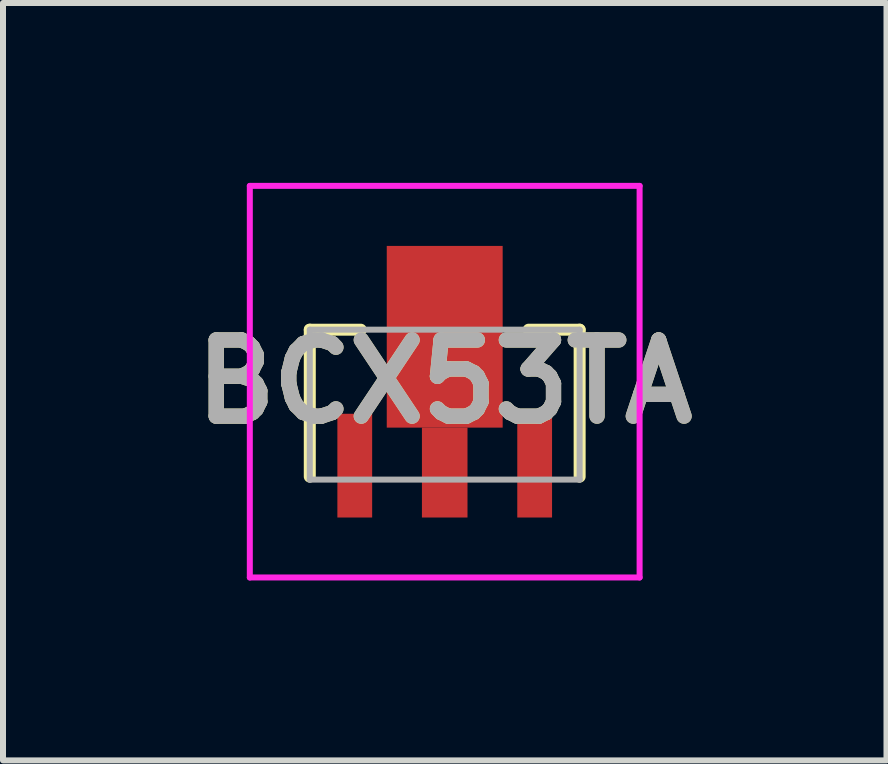
<source format=kicad_pcb>
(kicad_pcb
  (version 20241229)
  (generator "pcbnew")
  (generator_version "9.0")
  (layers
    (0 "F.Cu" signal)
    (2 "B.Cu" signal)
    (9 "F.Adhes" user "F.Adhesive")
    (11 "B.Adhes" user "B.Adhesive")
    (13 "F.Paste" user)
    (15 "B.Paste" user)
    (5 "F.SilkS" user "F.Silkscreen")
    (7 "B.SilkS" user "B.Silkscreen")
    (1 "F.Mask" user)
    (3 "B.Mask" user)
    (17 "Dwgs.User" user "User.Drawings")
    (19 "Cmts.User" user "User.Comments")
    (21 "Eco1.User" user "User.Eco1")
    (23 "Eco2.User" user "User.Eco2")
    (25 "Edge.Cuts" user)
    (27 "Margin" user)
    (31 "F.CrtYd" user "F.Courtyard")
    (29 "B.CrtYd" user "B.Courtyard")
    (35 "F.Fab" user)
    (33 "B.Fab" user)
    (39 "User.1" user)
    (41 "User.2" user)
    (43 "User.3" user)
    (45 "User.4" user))
  (footprint "BCX53TA"
    (layer "F.Cu")
    (at 4.366 3.698)
    (property "Reference" "BCX53TA" (at 0 -0.383 0) (layer "F.SilkS") (effects (font (size 1.27 1.27) (thickness 0.254))))
    (attr smd)
    (fp_line (start -2.25 -1.25) (end -2.25 1.2) (stroke (width 0.2) (type solid)) (layer "F.SilkS"))
    (fp_line (start -1.4 -1.25) (end -2.25 -1.25) (stroke (width 0.2) (type solid)) (layer "F.SilkS"))
    (fp_line (start 1.4 -1.25) (end 2.25 -1.25) (stroke (width 0.2) (type solid)) (layer "F.SilkS"))
    (fp_line (start 2.25 -1.25) (end 2.25 1.2) (stroke (width 0.2) (type solid)) (layer "F.SilkS"))
    (fp_line (start -3.25 -3.648) (end 3.25 -3.648) (stroke (width 0.1) (type solid)) (layer "F.CrtYd"))
    (fp_line (start -3.25 2.882) (end -3.25 -3.648) (stroke (width 0.1) (type solid)) (layer "F.CrtYd"))
    (fp_line (start 3.25 -3.648) (end 3.25 2.882) (stroke (width 0.1) (type solid)) (layer "F.CrtYd"))
    (fp_line (start 3.25 2.882) (end -3.25 2.882) (stroke (width 0.1) (type solid)) (layer "F.CrtYd"))
    (fp_line (start -2.25 -1.25) (end 2.25 -1.25) (stroke (width 0.1) (type solid)) (layer "F.Fab"))
    (fp_line (start -2.25 1.25) (end -2.25 -1.25) (stroke (width 0.1) (type solid)) (layer "F.Fab"))
    (fp_line (start 2.25 -1.25) (end 2.25 1.25) (stroke (width 0.1) (type solid)) (layer "F.Fab"))
    (fp_line (start 2.25 1.25) (end -2.25 1.25) (stroke (width 0.1) (type solid)) (layer "F.Fab"))
    (fp_text user "${REFERENCE}" (at 0 -0.383 0) (layer "F.Fab") (effects (font (size 1.27 1.27) (thickness 0.254))))
    (pad "1" smd rect (at -1.5 1.017) (size 0.58 1.73) (layers "F.Cu" "F.Mask" "F.Paste"))
    (pad "2" smd rect (at 0 1.132) (size 0.76 1.5) (layers "F.Cu" "F.Mask" "F.Paste"))
    (pad "3" smd rect (at 1.5 1.017) (size 0.58 1.73) (layers "F.Cu" "F.Mask" "F.Paste"))
    (pad "4" smd rect (at 0 -1.132) (size 1.933 3.03) (layers "F.Cu" "F.Mask" "F.Paste")))
  (gr_rect
    (start -3 -3)
    (end 11.733 9.63)
    (stroke (width 0.1) (type default))
    (fill no)
    (layer "Edge.Cuts")))
</source>
